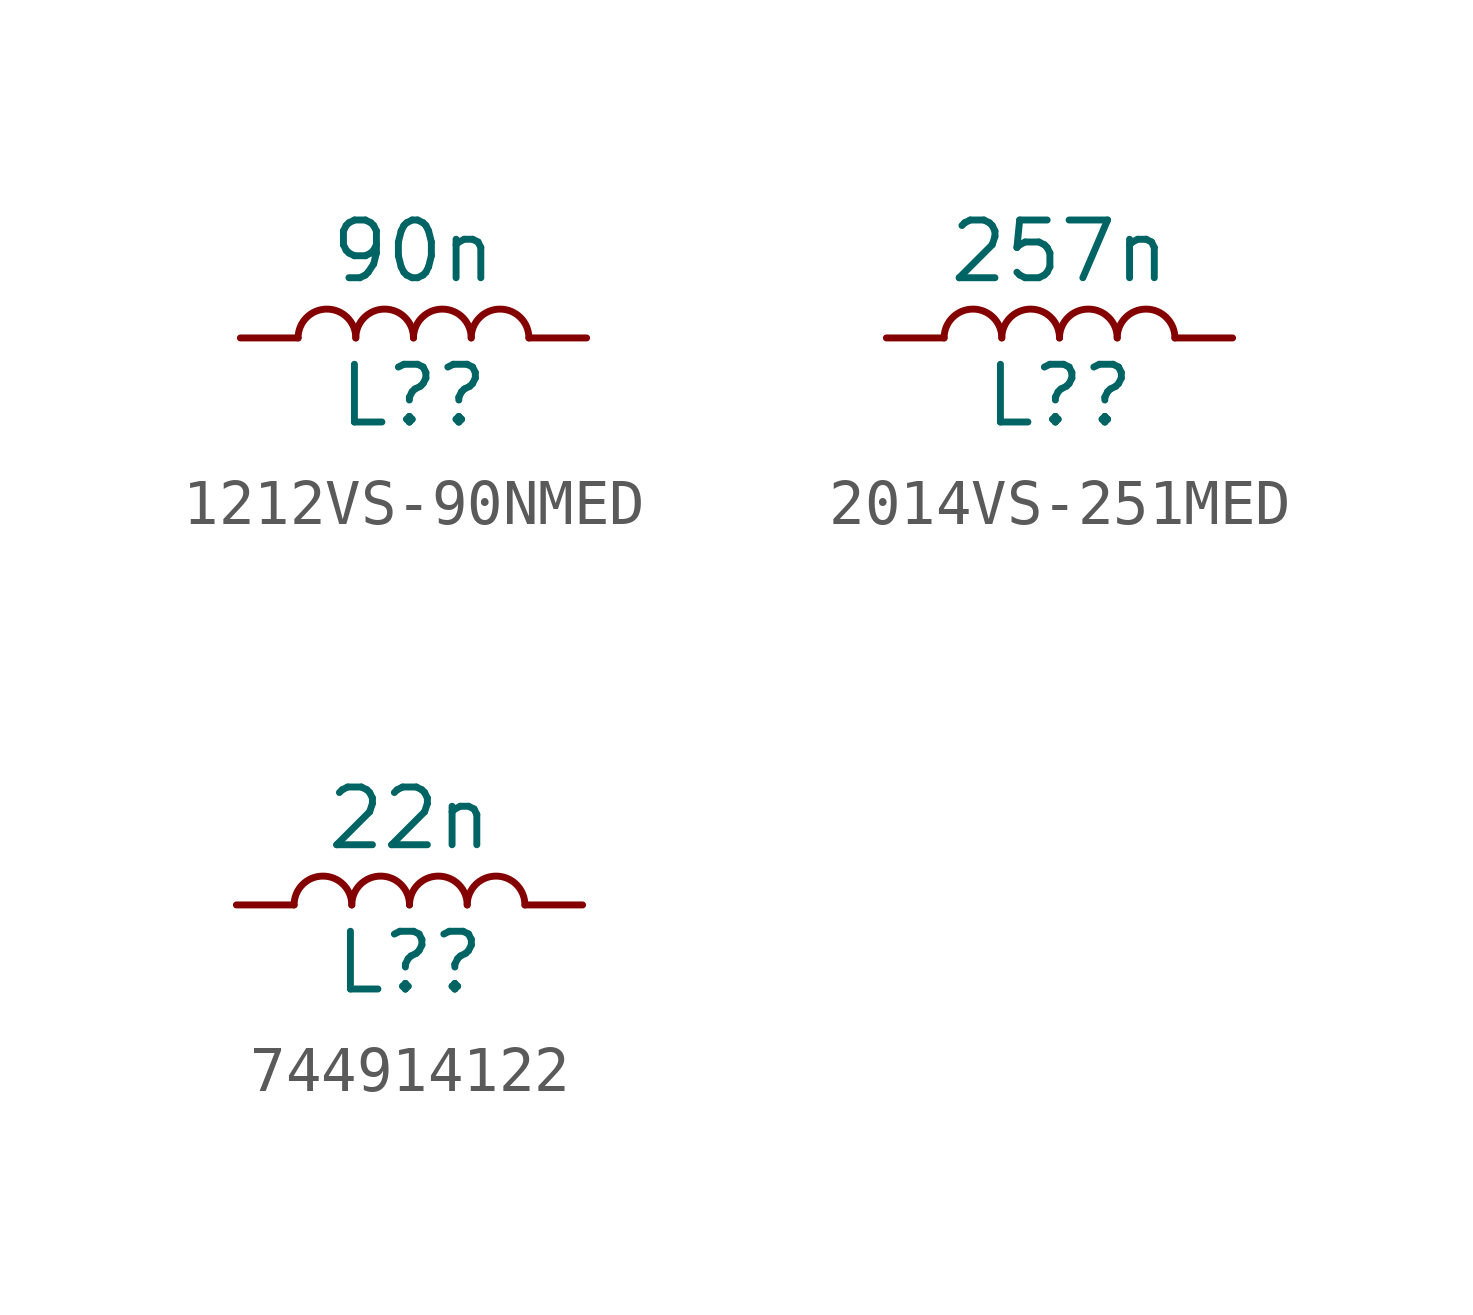
<source format=kicad_sym>
(kicad_symbol_lib
  (version 20220914)
  (generator kicad_symbol_editor)
  (symbol "1212VS-90NMED"
    (pin_numbers hide)
    (pin_names
      (offset 1.016) hide)
    (property "Reference" "L?"
      (at 0 -1.27 0)
      (effects (font (size 1.27 1.27))))
    (property "Value" "90n"
      (at 0 1.905 0)
      (effects (font (size 1.27 1.27))))
    (symbol "1212VS-90NMED_0_1"
      (arc (start -1.27 0) (mid -1.905 0.6323) (end -2.54 0) (stroke (width 0) (type default)) (fill (type none)))
      (arc (start 0 0) (mid -0.635 0.6323) (end -1.27 0) (stroke (width 0) (type default)) (fill (type none)))
      (arc (start 1.27 0) (mid 0.635 0.6323) (end 0 0) (stroke (width 0) (type default)) (fill (type none)))
      (arc (start 2.54 0) (mid 1.905 0.6323) (end 1.27 0) (stroke (width 0) (type default)) (fill (type none))))
    (symbol "1212VS-90NMED_1_1"
      (pin passive line (at -3.81 0 0) (length 1.27) (name "1" (effects (font (size 1.27 1.27)))) (number "1" (effects (font (size 1.27 1.27)))))
      (pin passive line (at 3.81 0 180) (length 1.27) (name "2" (effects (font (size 1.27 1.27)))) (number "2" (effects (font (size 1.27 1.27)))))))
  (symbol "2014VS-251MED"
    (pin_numbers hide)
    (pin_names
      (offset 1.016) hide)
    (property "Reference" "L?"
      (at 0 -1.27 0)
      (effects (font (size 1.27 1.27))))
    (property "Value" "257n"
      (at 0 1.905 0)
      (effects (font (size 1.27 1.27))))
    (symbol "2014VS-251MED_0_1"
      (arc (start -1.27 0) (mid -1.905 0.6323) (end -2.54 0) (stroke (width 0) (type default)) (fill (type none)))
      (arc (start 0 0) (mid -0.635 0.6323) (end -1.27 0) (stroke (width 0) (type default)) (fill (type none)))
      (arc (start 1.27 0) (mid 0.635 0.6323) (end 0 0) (stroke (width 0) (type default)) (fill (type none)))
      (arc (start 2.54 0) (mid 1.905 0.6323) (end 1.27 0) (stroke (width 0) (type default)) (fill (type none))))
    (symbol "2014VS-251MED_1_1"
      (pin passive line (at -3.81 0 0) (length 1.27) (name "1" (effects (font (size 1.27 1.27)))) (number "1" (effects (font (size 1.27 1.27)))))
      (pin passive line (at 3.81 0 180) (length 1.27) (name "2" (effects (font (size 1.27 1.27)))) (number "2" (effects (font (size 1.27 1.27)))))
      (pin no_connect line (at 0 0 0) (length 1.27) hide (name "1" (effects (font (size 1.27 1.27)))) (number "3" (effects (font (size 1.27 1.27)))))))
  (symbol "744914122"
    (pin_numbers hide)
    (pin_names
      (offset 1.016) hide)
    (property "Reference" "L?"
      (at 0 -1.27 0)
      (effects (font (size 1.27 1.27))))
    (property "Value" "22n"
      (at 0 1.905 0)
      (effects (font (size 1.27 1.27))))
    (symbol "744914122_0_1"
      (arc (start -1.27 0) (mid -1.905 0.6323) (end -2.54 0) (stroke (width 0) (type default)) (fill (type none)))
      (arc (start 0 0) (mid -0.635 0.6323) (end -1.27 0) (stroke (width 0) (type default)) (fill (type none)))
      (arc (start 1.27 0) (mid 0.635 0.6323) (end 0 0) (stroke (width 0) (type default)) (fill (type none)))
      (arc (start 2.54 0) (mid 1.905 0.6323) (end 1.27 0) (stroke (width 0) (type default)) (fill (type none))))
    (symbol "744914122_1_1"
      (pin passive line (at -3.81 0 0) (length 1.27) (name "1" (effects (font (size 1.27 1.27)))) (number "1" (effects (font (size 1.27 1.27)))))
      (pin passive line (at 3.81 0 180) (length 1.27) (name "2" (effects (font (size 1.27 1.27)))) (number "2" (effects (font (size 1.27 1.27))))))))
</source>
